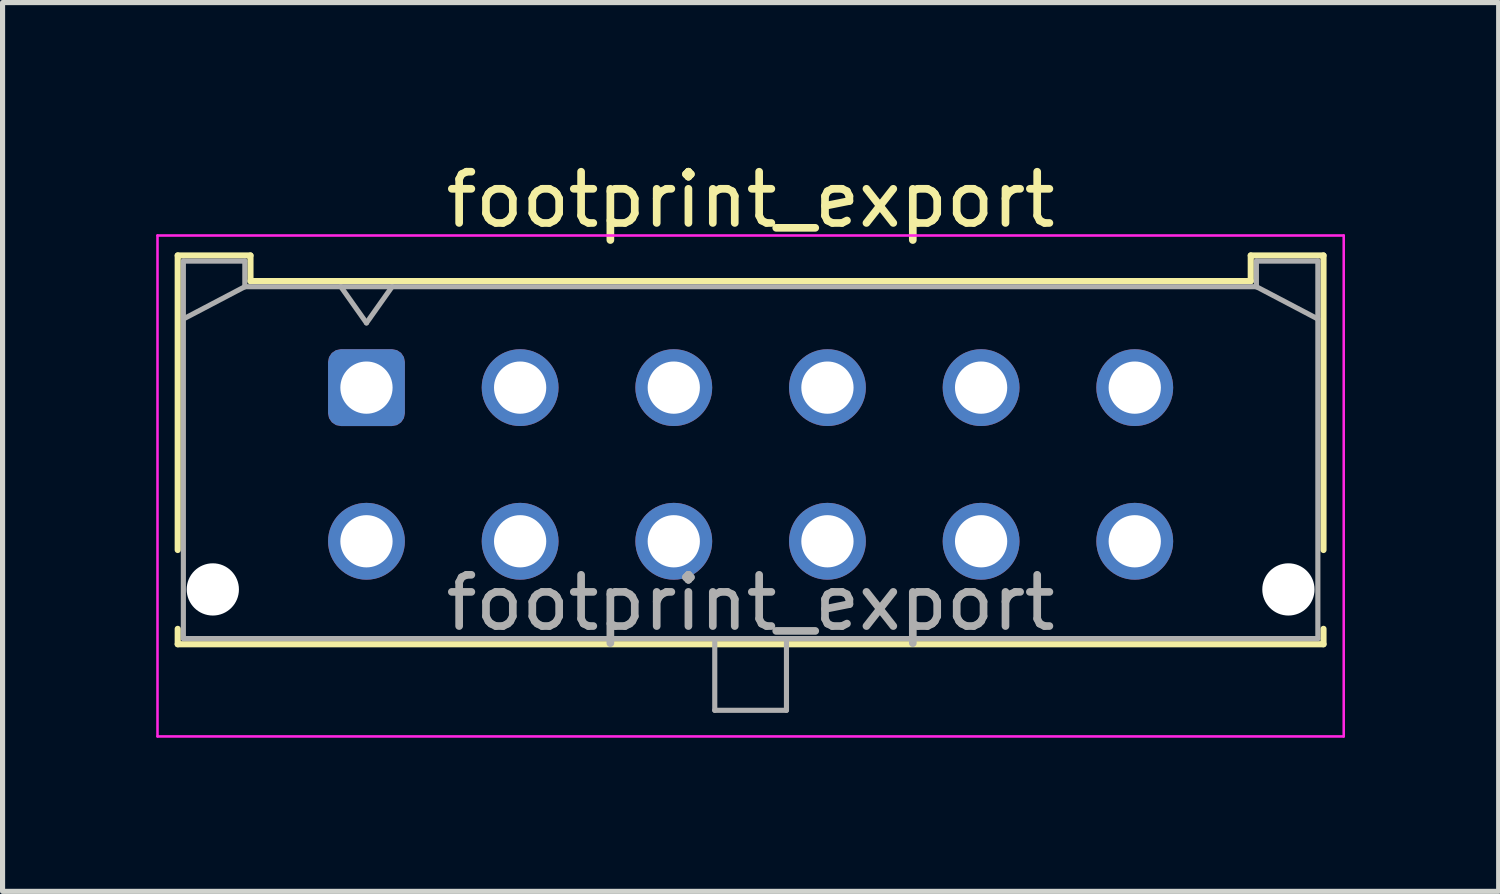
<source format=kicad_pcb>
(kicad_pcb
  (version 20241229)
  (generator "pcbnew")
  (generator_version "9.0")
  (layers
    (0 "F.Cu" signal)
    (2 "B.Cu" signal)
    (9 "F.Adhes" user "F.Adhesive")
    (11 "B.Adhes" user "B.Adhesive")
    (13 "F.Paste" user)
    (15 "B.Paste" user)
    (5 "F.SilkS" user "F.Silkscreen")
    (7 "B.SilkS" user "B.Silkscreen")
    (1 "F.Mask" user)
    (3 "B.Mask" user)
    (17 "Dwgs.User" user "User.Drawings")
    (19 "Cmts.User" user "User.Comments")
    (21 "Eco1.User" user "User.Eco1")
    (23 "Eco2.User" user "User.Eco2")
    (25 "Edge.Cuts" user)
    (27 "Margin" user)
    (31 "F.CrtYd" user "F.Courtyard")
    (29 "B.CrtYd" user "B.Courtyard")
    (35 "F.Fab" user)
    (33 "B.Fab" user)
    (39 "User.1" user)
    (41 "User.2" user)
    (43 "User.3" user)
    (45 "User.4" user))
  (footprint "footprint_export"
    (layer "F.Cu")
    (at 4.105 4.518)
    (property "Reference" "footprint_export" (at 7.5 -3.67 0) (layer "F.SilkS") (effects (font (size 1 1) (thickness 0.15))))
    (attr through_hole)
    (fp_line (start -3.685 -2.58) (end -2.265 -2.58) (stroke (width 0.12) (type solid)) (layer "F.SilkS"))
    (fp_line (start -3.685 3.17) (end -3.685 -2.58) (stroke (width 0.12) (type solid)) (layer "F.SilkS"))
    (fp_line (start -3.685 4.71) (end -3.685 5.01) (stroke (width 0.12) (type solid)) (layer "F.SilkS"))
    (fp_line (start -3.685 5.01) (end 18.685 5.01) (stroke (width 0.12) (type solid)) (layer "F.SilkS"))
    (fp_line (start -2.265 -2.58) (end -2.265 -2.08) (stroke (width 0.12) (type solid)) (layer "F.SilkS"))
    (fp_line (start -2.265 -2.08) (end 17.265 -2.08) (stroke (width 0.12) (type solid)) (layer "F.SilkS"))
    (fp_line (start 17.265 -2.58) (end 18.685 -2.58) (stroke (width 0.12) (type solid)) (layer "F.SilkS"))
    (fp_line (start 17.265 -2.08) (end 17.265 -2.58) (stroke (width 0.12) (type solid)) (layer "F.SilkS"))
    (fp_line (start 18.685 -2.58) (end 18.685 3.17) (stroke (width 0.12) (type solid)) (layer "F.SilkS"))
    (fp_line (start 18.685 5.01) (end 18.685 4.71) (stroke (width 0.12) (type solid)) (layer "F.SilkS"))
    (fp_line (start -4.08 -2.97) (end 19.08 -2.97) (stroke (width 0.05) (type solid)) (layer "F.CrtYd"))
    (fp_line (start -4.08 6.81) (end -4.08 -2.97) (stroke (width 0.05) (type solid)) (layer "F.CrtYd"))
    (fp_line (start 19.08 -2.97) (end 19.08 6.81) (stroke (width 0.05) (type solid)) (layer "F.CrtYd"))
    (fp_line (start 19.08 6.81) (end -4.08 6.81) (stroke (width 0.05) (type solid)) (layer "F.CrtYd"))
    (fp_line (start -3.575 -2.47) (end -3.575 4.9) (stroke (width 0.1) (type solid)) (layer "F.Fab"))
    (fp_line (start -3.575 -1.34) (end -2.375 -1.97) (stroke (width 0.1) (type solid)) (layer "F.Fab"))
    (fp_line (start -3.575 4.9) (end 18.575 4.9) (stroke (width 0.1) (type solid)) (layer "F.Fab"))
    (fp_line (start -2.375 -2.47) (end -3.575 -2.47) (stroke (width 0.1) (type solid)) (layer "F.Fab"))
    (fp_line (start -2.375 -1.97) (end -2.375 -2.47) (stroke (width 0.1) (type solid)) (layer "F.Fab"))
    (fp_line (start -0.5 -1.97) (end 0 -1.263) (stroke (width 0.1) (type solid)) (layer "F.Fab"))
    (fp_line (start 0 -1.263) (end 0.5 -1.97) (stroke (width 0.1) (type solid)) (layer "F.Fab"))
    (fp_line (start 6.8 4.9) (end 6.8 6.3) (stroke (width 0.1) (type solid)) (layer "F.Fab"))
    (fp_line (start 6.8 6.3) (end 8.2 6.3) (stroke (width 0.1) (type solid)) (layer "F.Fab"))
    (fp_line (start 8.2 6.3) (end 8.2 4.9) (stroke (width 0.1) (type solid)) (layer "F.Fab"))
    (fp_line (start 17.375 -2.47) (end 17.375 -1.97) (stroke (width 0.1) (type solid)) (layer "F.Fab"))
    (fp_line (start 17.375 -1.97) (end -2.375 -1.97) (stroke (width 0.1) (type solid)) (layer "F.Fab"))
    (fp_line (start 18.575 -2.47) (end 17.375 -2.47) (stroke (width 0.1) (type solid)) (layer "F.Fab"))
    (fp_line (start 18.575 -1.34) (end 17.375 -1.97) (stroke (width 0.1) (type solid)) (layer "F.Fab"))
    (fp_line (start 18.575 4.9) (end 18.575 -2.47) (stroke (width 0.1) (type solid)) (layer "F.Fab"))
    (fp_text user "${REFERENCE}" (at 7.5 4.2 0) (layer "F.Fab") (effects (font (size 1 1) (thickness 0.15))))
    (pad "" np_thru_hole circle (at -3 3.94) (size 1.02 1.02) (drill 1.02) (layers "*.Cu" "*.Mask"))
    (pad "" np_thru_hole circle (at 18 3.94) (size 1.02 1.02) (drill 1.02) (layers "*.Cu" "*.Mask"))
    (pad "1" thru_hole roundrect (at 0 0) (size 1.5 1.5) (drill 1.02) (layers "*.Cu" "*.Mask") (roundrect_rratio 0.167))
    (pad "2" thru_hole circle (at 3 0) (size 1.5 1.5) (drill 1.02) (layers "*.Cu" "*.Mask"))
    (pad "3" thru_hole circle (at 6 0) (size 1.5 1.5) (drill 1.02) (layers "*.Cu" "*.Mask"))
    (pad "4" thru_hole circle (at 9 0) (size 1.5 1.5) (drill 1.02) (layers "*.Cu" "*.Mask"))
    (pad "5" thru_hole circle (at 12 0) (size 1.5 1.5) (drill 1.02) (layers "*.Cu" "*.Mask"))
    (pad "6" thru_hole circle (at 15 0) (size 1.5 1.5) (drill 1.02) (layers "*.Cu" "*.Mask"))
    (pad "7" thru_hole circle (at 0 3) (size 1.5 1.5) (drill 1.02) (layers "*.Cu" "*.Mask"))
    (pad "8" thru_hole circle (at 3 3) (size 1.5 1.5) (drill 1.02) (layers "*.Cu" "*.Mask"))
    (pad "9" thru_hole circle (at 6 3) (size 1.5 1.5) (drill 1.02) (layers "*.Cu" "*.Mask"))
    (pad "10" thru_hole circle (at 9 3) (size 1.5 1.5) (drill 1.02) (layers "*.Cu" "*.Mask"))
    (pad "11" thru_hole circle (at 12 3) (size 1.5 1.5) (drill 1.02) (layers "*.Cu" "*.Mask"))
    (pad "12" thru_hole circle (at 15 3) (size 1.5 1.5) (drill 1.02) (layers "*.Cu" "*.Mask")))
  (gr_rect
    (start -3 -3)
    (end 26.21 14.353)
    (stroke (width 0.1) (type default))
    (fill no)
    (layer "Edge.Cuts")))
</source>
